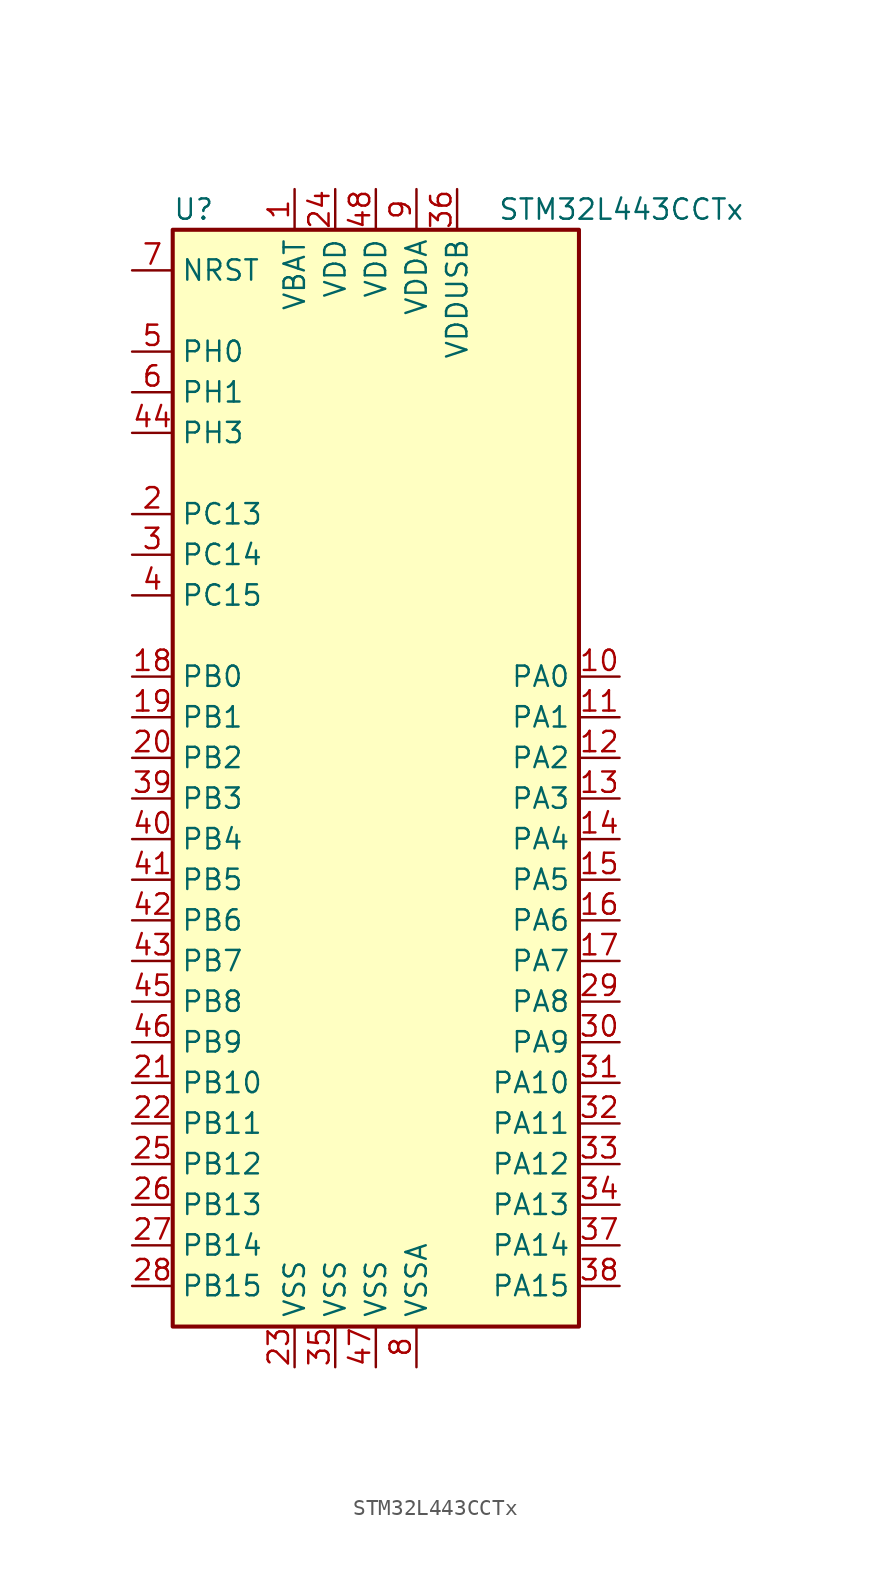
<source format=kicad_sym>
(kicad_symbol_lib
  (version 20220914)
  (generator kicad_symbol_editor)
  (symbol "STM32L443CCTx"
    (property "Reference" "U"
      (at -12.7 34.29 0)
      (effects (font (size 1.27 1.27)) (justify left)))
    (property "Value" "STM32L443CCTx"
      (at 7.62 34.29 0)
      (effects (font (size 1.27 1.27)) (justify left)))
    (symbol "STM32L443CCTx_0_1"
      (rectangle (start -12.7 -35.56) (end 12.7 33.02) (stroke (width 0.254) (type default)) (fill (type background))))
    (symbol "STM32L443CCTx_1_1"
      (pin power_in line (at -5.08 35.56 270) (length 2.54) (name "VBAT" (effects (font (size 1.27 1.27)))) (number "1" (effects (font (size 1.27 1.27)))))
      (pin bidirectional line (at 15.24 5.08 180) (length 2.54) (name "PA0" (effects (font (size 1.27 1.27)))) (number "10" (effects (font (size 1.27 1.27)))))
      (pin bidirectional line (at 15.24 2.54 180) (length 2.54) (name "PA1" (effects (font (size 1.27 1.27)))) (number "11" (effects (font (size 1.27 1.27)))))
      (pin bidirectional line (at 15.24 0 180) (length 2.54) (name "PA2" (effects (font (size 1.27 1.27)))) (number "12" (effects (font (size 1.27 1.27)))))
      (pin bidirectional line (at 15.24 -2.54 180) (length 2.54) (name "PA3" (effects (font (size 1.27 1.27)))) (number "13" (effects (font (size 1.27 1.27)))))
      (pin bidirectional line (at 15.24 -5.08 180) (length 2.54) (name "PA4" (effects (font (size 1.27 1.27)))) (number "14" (effects (font (size 1.27 1.27)))))
      (pin bidirectional line (at 15.24 -7.62 180) (length 2.54) (name "PA5" (effects (font (size 1.27 1.27)))) (number "15" (effects (font (size 1.27 1.27)))))
      (pin bidirectional line (at 15.24 -10.16 180) (length 2.54) (name "PA6" (effects (font (size 1.27 1.27)))) (number "16" (effects (font (size 1.27 1.27)))))
      (pin bidirectional line (at 15.24 -12.7 180) (length 2.54) (name "PA7" (effects (font (size 1.27 1.27)))) (number "17" (effects (font (size 1.27 1.27)))))
      (pin bidirectional line (at -15.24 5.08 0) (length 2.54) (name "PB0" (effects (font (size 1.27 1.27)))) (number "18" (effects (font (size 1.27 1.27)))))
      (pin bidirectional line (at -15.24 2.54 0) (length 2.54) (name "PB1" (effects (font (size 1.27 1.27)))) (number "19" (effects (font (size 1.27 1.27)))))
      (pin bidirectional line (at -15.24 15.24 0) (length 2.54) (name "PC13" (effects (font (size 1.27 1.27)))) (number "2" (effects (font (size 1.27 1.27)))))
      (pin bidirectional line (at -15.24 0 0) (length 2.54) (name "PB2" (effects (font (size 1.27 1.27)))) (number "20" (effects (font (size 1.27 1.27)))))
      (pin bidirectional line (at -15.24 -20.32 0) (length 2.54) (name "PB10" (effects (font (size 1.27 1.27)))) (number "21" (effects (font (size 1.27 1.27)))))
      (pin bidirectional line (at -15.24 -22.86 0) (length 2.54) (name "PB11" (effects (font (size 1.27 1.27)))) (number "22" (effects (font (size 1.27 1.27)))))
      (pin power_in line (at -5.08 -38.1 90) (length 2.54) (name "VSS" (effects (font (size 1.27 1.27)))) (number "23" (effects (font (size 1.27 1.27)))))
      (pin power_in line (at -2.54 35.56 270) (length 2.54) (name "VDD" (effects (font (size 1.27 1.27)))) (number "24" (effects (font (size 1.27 1.27)))))
      (pin bidirectional line (at -15.24 -25.4 0) (length 2.54) (name "PB12" (effects (font (size 1.27 1.27)))) (number "25" (effects (font (size 1.27 1.27)))))
      (pin bidirectional line (at -15.24 -27.94 0) (length 2.54) (name "PB13" (effects (font (size 1.27 1.27)))) (number "26" (effects (font (size 1.27 1.27)))))
      (pin bidirectional line (at -15.24 -30.48 0) (length 2.54) (name "PB14" (effects (font (size 1.27 1.27)))) (number "27" (effects (font (size 1.27 1.27)))))
      (pin bidirectional line (at -15.24 -33.02 0) (length 2.54) (name "PB15" (effects (font (size 1.27 1.27)))) (number "28" (effects (font (size 1.27 1.27)))))
      (pin bidirectional line (at 15.24 -15.24 180) (length 2.54) (name "PA8" (effects (font (size 1.27 1.27)))) (number "29" (effects (font (size 1.27 1.27)))))
      (pin bidirectional line (at -15.24 12.7 0) (length 2.54) (name "PC14" (effects (font (size 1.27 1.27)))) (number "3" (effects (font (size 1.27 1.27)))))
      (pin bidirectional line (at 15.24 -17.78 180) (length 2.54) (name "PA9" (effects (font (size 1.27 1.27)))) (number "30" (effects (font (size 1.27 1.27)))))
      (pin bidirectional line (at 15.24 -20.32 180) (length 2.54) (name "PA10" (effects (font (size 1.27 1.27)))) (number "31" (effects (font (size 1.27 1.27)))))
      (pin bidirectional line (at 15.24 -22.86 180) (length 2.54) (name "PA11" (effects (font (size 1.27 1.27)))) (number "32" (effects (font (size 1.27 1.27)))))
      (pin bidirectional line (at 15.24 -25.4 180) (length 2.54) (name "PA12" (effects (font (size 1.27 1.27)))) (number "33" (effects (font (size 1.27 1.27)))))
      (pin bidirectional line (at 15.24 -27.94 180) (length 2.54) (name "PA13" (effects (font (size 1.27 1.27)))) (number "34" (effects (font (size 1.27 1.27)))))
      (pin power_in line (at -2.54 -38.1 90) (length 2.54) (name "VSS" (effects (font (size 1.27 1.27)))) (number "35" (effects (font (size 1.27 1.27)))))
      (pin power_in line (at 5.08 35.56 270) (length 2.54) (name "VDDUSB" (effects (font (size 1.27 1.27)))) (number "36" (effects (font (size 1.27 1.27)))))
      (pin bidirectional line (at 15.24 -30.48 180) (length 2.54) (name "PA14" (effects (font (size 1.27 1.27)))) (number "37" (effects (font (size 1.27 1.27)))))
      (pin bidirectional line (at 15.24 -33.02 180) (length 2.54) (name "PA15" (effects (font (size 1.27 1.27)))) (number "38" (effects (font (size 1.27 1.27)))))
      (pin bidirectional line (at -15.24 -2.54 0) (length 2.54) (name "PB3" (effects (font (size 1.27 1.27)))) (number "39" (effects (font (size 1.27 1.27)))))
      (pin bidirectional line (at -15.24 10.16 0) (length 2.54) (name "PC15" (effects (font (size 1.27 1.27)))) (number "4" (effects (font (size 1.27 1.27)))))
      (pin bidirectional line (at -15.24 -5.08 0) (length 2.54) (name "PB4" (effects (font (size 1.27 1.27)))) (number "40" (effects (font (size 1.27 1.27)))))
      (pin bidirectional line (at -15.24 -7.62 0) (length 2.54) (name "PB5" (effects (font (size 1.27 1.27)))) (number "41" (effects (font (size 1.27 1.27)))))
      (pin bidirectional line (at -15.24 -10.16 0) (length 2.54) (name "PB6" (effects (font (size 1.27 1.27)))) (number "42" (effects (font (size 1.27 1.27)))))
      (pin bidirectional line (at -15.24 -12.7 0) (length 2.54) (name "PB7" (effects (font (size 1.27 1.27)))) (number "43" (effects (font (size 1.27 1.27)))))
      (pin bidirectional line (at -15.24 20.32 0) (length 2.54) (name "PH3" (effects (font (size 1.27 1.27)))) (number "44" (effects (font (size 1.27 1.27)))))
      (pin bidirectional line (at -15.24 -15.24 0) (length 2.54) (name "PB8" (effects (font (size 1.27 1.27)))) (number "45" (effects (font (size 1.27 1.27)))))
      (pin bidirectional line (at -15.24 -17.78 0) (length 2.54) (name "PB9" (effects (font (size 1.27 1.27)))) (number "46" (effects (font (size 1.27 1.27)))))
      (pin power_in line (at 0 -38.1 90) (length 2.54) (name "VSS" (effects (font (size 1.27 1.27)))) (number "47" (effects (font (size 1.27 1.27)))))
      (pin power_in line (at 0 35.56 270) (length 2.54) (name "VDD" (effects (font (size 1.27 1.27)))) (number "48" (effects (font (size 1.27 1.27)))))
      (pin input line (at -15.24 25.4 0) (length 2.54) (name "PH0" (effects (font (size 1.27 1.27)))) (number "5" (effects (font (size 1.27 1.27)))))
      (pin input line (at -15.24 22.86 0) (length 2.54) (name "PH1" (effects (font (size 1.27 1.27)))) (number "6" (effects (font (size 1.27 1.27)))))
      (pin input line (at -15.24 30.48 0) (length 2.54) (name "NRST" (effects (font (size 1.27 1.27)))) (number "7" (effects (font (size 1.27 1.27)))))
      (pin power_in line (at 2.54 -38.1 90) (length 2.54) (name "VSSA" (effects (font (size 1.27 1.27)))) (number "8" (effects (font (size 1.27 1.27)))))
      (pin power_in line (at 2.54 35.56 270) (length 2.54) (name "VDDA" (effects (font (size 1.27 1.27)))) (number "9" (effects (font (size 1.27 1.27))))))))
</source>
